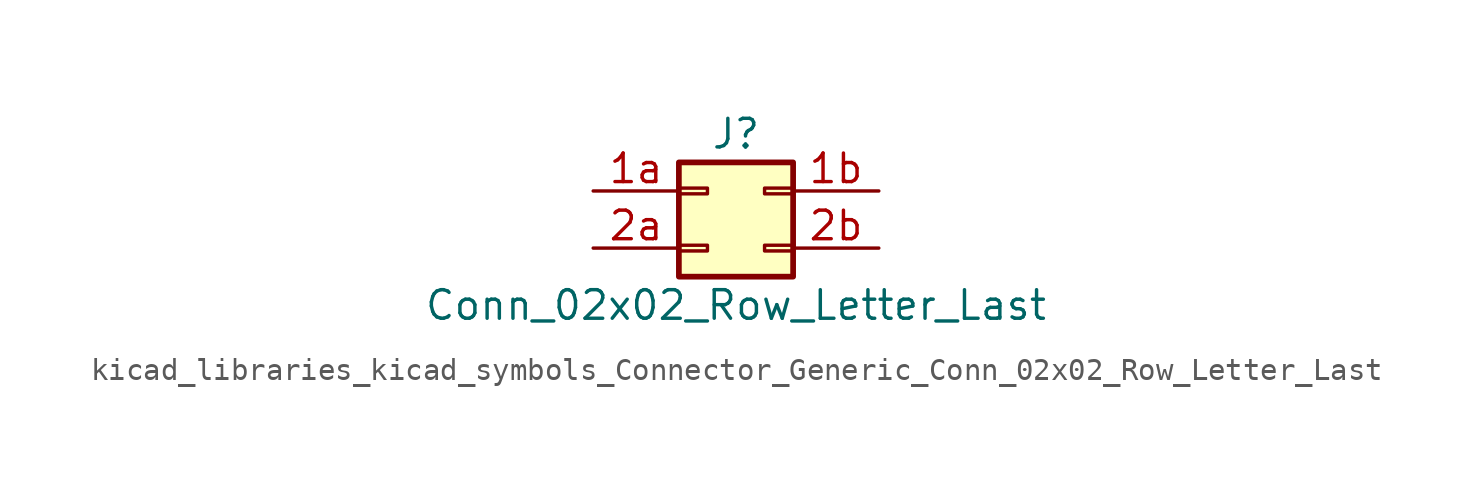
<source format=kicad_sym>
(kicad_symbol_lib
  (version 20220914)
  (generator kicad_symbol_editor)
  (symbol "kicad_libraries_kicad_symbols_Connector_Generic_Conn_02x02_Row_Letter_Last"
    (pin_names
      (offset 1.016) hide)
    (property "Reference" "J"
      (at 1.27 2.54 0)
      (effects (font (size 1.27 1.27))))
    (property "Value" "Conn_02x02_Row_Letter_Last"
      (at 1.27 -5.08 0)
      (effects (font (size 1.27 1.27))))
    (symbol "kicad_libraries_kicad_symbols_Connector_Generic_Conn_02x02_Row_Letter_Last_1_1"
      (rectangle (start -1.27 -2.413) (end 0 -2.667) (stroke (width 0.152) (type default)) (fill (type none)))
      (rectangle (start -1.27 0.127) (end 0 -0.127) (stroke (width 0.152) (type default)) (fill (type none)))
      (rectangle (start -1.27 1.27) (end 3.81 -3.81) (stroke (width 0.254) (type default)) (fill (type background)))
      (rectangle (start 3.81 -2.413) (end 2.54 -2.667) (stroke (width 0.152) (type default)) (fill (type none)))
      (rectangle (start 3.81 0.127) (end 2.54 -0.127) (stroke (width 0.152) (type default)) (fill (type none)))
      (pin passive line (at -5.08 0 0) (length 3.81) (name "Pin_1a" (effects (font (size 1.27 1.27)))) (number "1a" (effects (font (size 1.27 1.27)))))
      (pin passive line (at 7.62 0 180) (length 3.81) (name "Pin_1b" (effects (font (size 1.27 1.27)))) (number "1b" (effects (font (size 1.27 1.27)))))
      (pin passive line (at -5.08 -2.54 0) (length 3.81) (name "Pin_2a" (effects (font (size 1.27 1.27)))) (number "2a" (effects (font (size 1.27 1.27)))))
      (pin passive line (at 7.62 -2.54 180) (length 3.81) (name "Pin_2b" (effects (font (size 1.27 1.27)))) (number "2b" (effects (font (size 1.27 1.27))))))))
</source>
